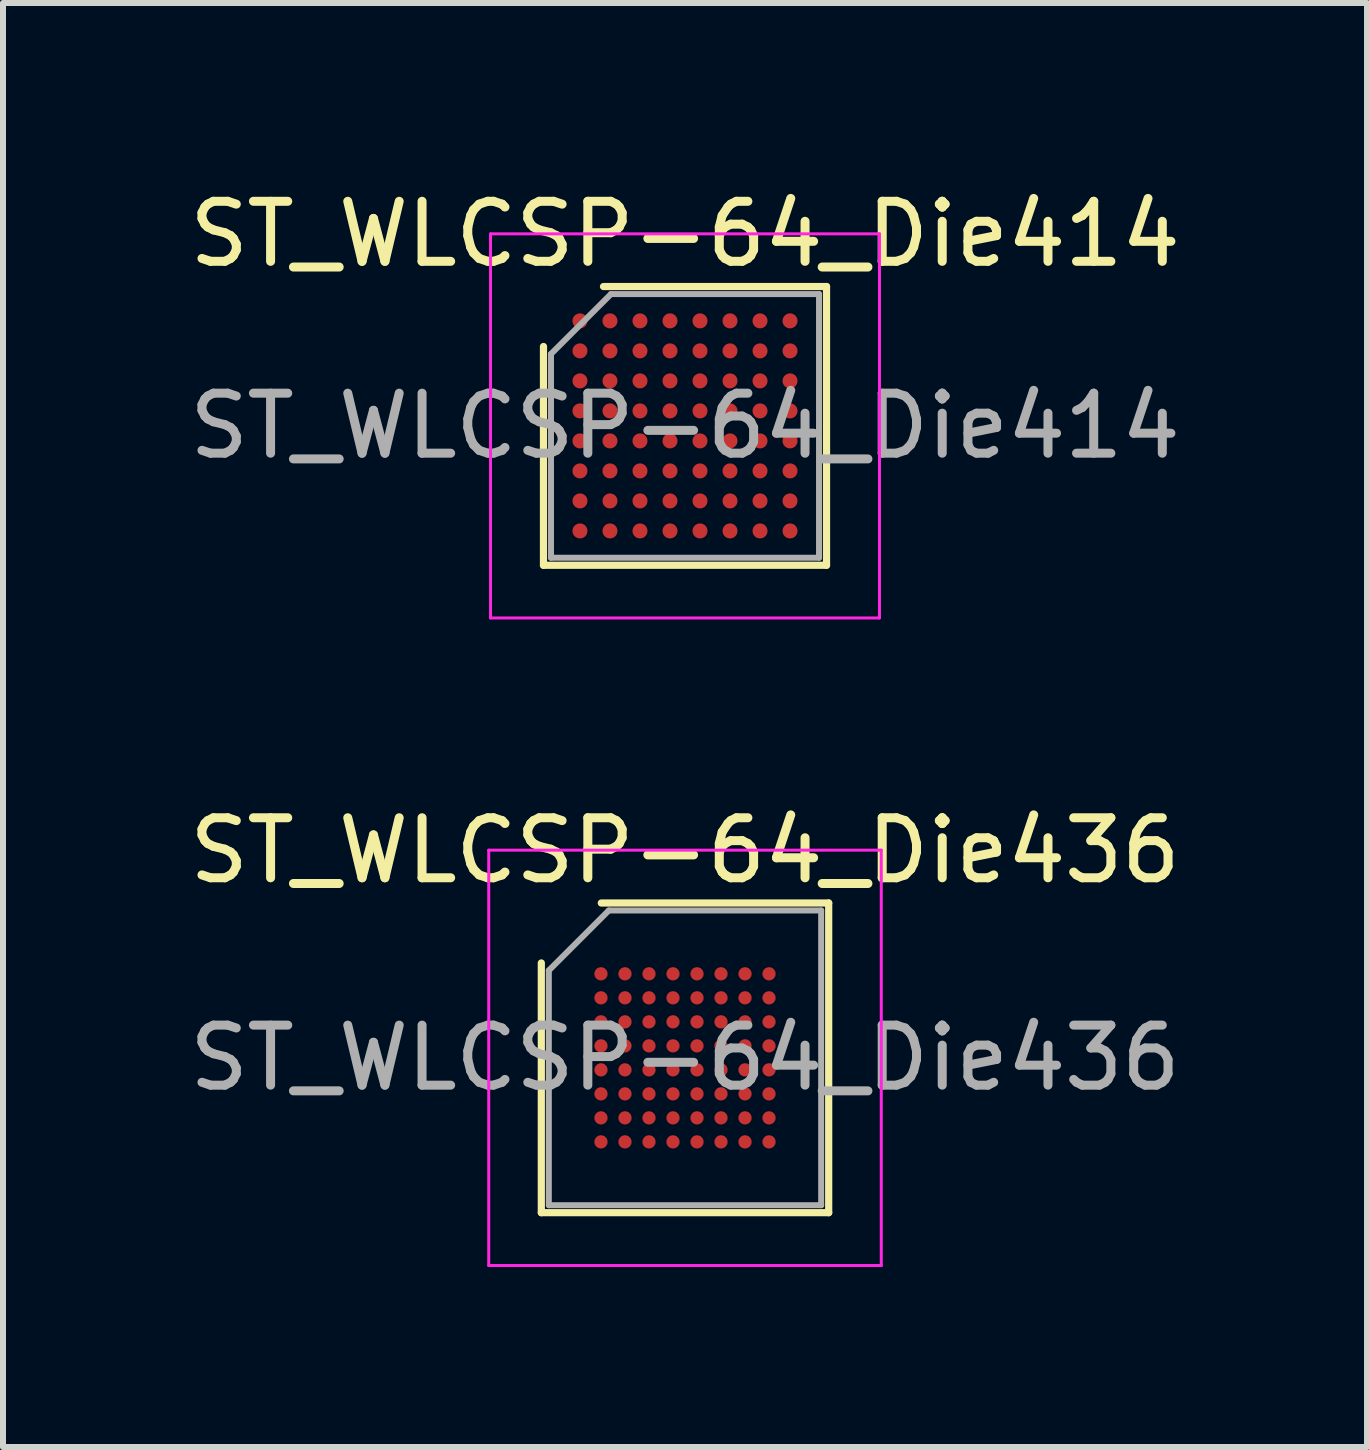
<source format=kicad_pcb>
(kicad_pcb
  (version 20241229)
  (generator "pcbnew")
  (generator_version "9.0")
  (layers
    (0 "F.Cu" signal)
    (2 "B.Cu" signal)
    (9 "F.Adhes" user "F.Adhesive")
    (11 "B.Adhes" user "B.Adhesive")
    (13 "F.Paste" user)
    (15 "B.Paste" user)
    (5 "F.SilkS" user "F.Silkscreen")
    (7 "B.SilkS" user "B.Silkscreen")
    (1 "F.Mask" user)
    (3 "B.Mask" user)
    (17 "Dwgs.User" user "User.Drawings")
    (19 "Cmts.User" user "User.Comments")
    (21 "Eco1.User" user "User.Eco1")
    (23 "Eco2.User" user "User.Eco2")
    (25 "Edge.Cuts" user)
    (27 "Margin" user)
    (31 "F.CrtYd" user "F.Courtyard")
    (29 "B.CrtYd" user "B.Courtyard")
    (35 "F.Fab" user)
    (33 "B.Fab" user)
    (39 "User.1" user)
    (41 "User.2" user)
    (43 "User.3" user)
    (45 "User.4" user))
  (footprint "ST_WLCSP-64_Die414"
    (layer "F.Cu")
    (at 8.363 4.046)
    (property "Reference" "ST_WLCSP-64_Die414" (at 0 -3.197 0) (layer "F.SilkS") (effects (font (size 1 1) (thickness 0.15))))
    (attr smd)
    (fp_line (start -2.358 2.322) (end -2.358 -1.323) (stroke (width 0.12) (type solid)) (layer "F.SilkS"))
    (fp_line (start -1.358 -2.322) (end 2.358 -2.322) (stroke (width 0.12) (type solid)) (layer "F.SilkS"))
    (fp_line (start 2.358 -2.322) (end 2.358 2.322) (stroke (width 0.12) (type solid)) (layer "F.SilkS"))
    (fp_line (start 2.358 2.322) (end -2.358 2.322) (stroke (width 0.12) (type solid)) (layer "F.SilkS"))
    (fp_line (start -3.24 -3.2) (end -3.24 3.2) (stroke (width 0.05) (type solid)) (layer "F.CrtYd"))
    (fp_line (start -3.24 3.2) (end 3.24 3.2) (stroke (width 0.05) (type solid)) (layer "F.CrtYd"))
    (fp_line (start 3.24 -3.2) (end -3.24 -3.2) (stroke (width 0.05) (type solid)) (layer "F.CrtYd"))
    (fp_line (start 3.24 3.2) (end 3.24 -3.2) (stroke (width 0.05) (type solid)) (layer "F.CrtYd"))
    (fp_line (start -2.233 -1.198) (end -1.233 -2.197) (stroke (width 0.1) (type solid)) (layer "F.Fab"))
    (fp_line (start -2.233 2.197) (end -2.233 -1.198) (stroke (width 0.1) (type solid)) (layer "F.Fab"))
    (fp_line (start -1.233 -2.197) (end 2.233 -2.197) (stroke (width 0.1) (type solid)) (layer "F.Fab"))
    (fp_line (start 2.233 -2.197) (end 2.233 2.197) (stroke (width 0.1) (type solid)) (layer "F.Fab"))
    (fp_line (start 2.233 2.197) (end -2.233 2.197) (stroke (width 0.1) (type solid)) (layer "F.Fab"))
    (fp_text user "${REFERENCE}" (at 0 0 0) (layer "F.Fab") (effects (font (size 1 1) (thickness 0.15))))
    (pad "A1" smd circle (at -1.75 -1.75) (size 0.25 0.25) (layers "F.Cu" "F.Mask" "F.Paste"))
    (pad "A2" smd circle (at -1.25 -1.75) (size 0.25 0.25) (layers "F.Cu" "F.Mask" "F.Paste"))
    (pad "A3" smd circle (at -0.75 -1.75) (size 0.25 0.25) (layers "F.Cu" "F.Mask" "F.Paste"))
    (pad "A4" smd circle (at -0.25 -1.75) (size 0.25 0.25) (layers "F.Cu" "F.Mask" "F.Paste"))
    (pad "A5" smd circle (at 0.25 -1.75) (size 0.25 0.25) (layers "F.Cu" "F.Mask" "F.Paste"))
    (pad "A6" smd circle (at 0.75 -1.75) (size 0.25 0.25) (layers "F.Cu" "F.Mask" "F.Paste"))
    (pad "A7" smd circle (at 1.25 -1.75) (size 0.25 0.25) (layers "F.Cu" "F.Mask" "F.Paste"))
    (pad "A8" smd circle (at 1.75 -1.75) (size 0.25 0.25) (layers "F.Cu" "F.Mask" "F.Paste"))
    (pad "B1" smd circle (at -1.75 -1.25) (size 0.25 0.25) (layers "F.Cu" "F.Mask" "F.Paste"))
    (pad "B2" smd circle (at -1.25 -1.25) (size 0.25 0.25) (layers "F.Cu" "F.Mask" "F.Paste"))
    (pad "B3" smd circle (at -0.75 -1.25) (size 0.25 0.25) (layers "F.Cu" "F.Mask" "F.Paste"))
    (pad "B4" smd circle (at -0.25 -1.25) (size 0.25 0.25) (layers "F.Cu" "F.Mask" "F.Paste"))
    (pad "B5" smd circle (at 0.25 -1.25) (size 0.25 0.25) (layers "F.Cu" "F.Mask" "F.Paste"))
    (pad "B6" smd circle (at 0.75 -1.25) (size 0.25 0.25) (layers "F.Cu" "F.Mask" "F.Paste"))
    (pad "B7" smd circle (at 1.25 -1.25) (size 0.25 0.25) (layers "F.Cu" "F.Mask" "F.Paste"))
    (pad "B8" smd circle (at 1.75 -1.25) (size 0.25 0.25) (layers "F.Cu" "F.Mask" "F.Paste"))
    (pad "C1" smd circle (at -1.75 -0.75) (size 0.25 0.25) (layers "F.Cu" "F.Mask" "F.Paste"))
    (pad "C2" smd circle (at -1.25 -0.75) (size 0.25 0.25) (layers "F.Cu" "F.Mask" "F.Paste"))
    (pad "C3" smd circle (at -0.75 -0.75) (size 0.25 0.25) (layers "F.Cu" "F.Mask" "F.Paste"))
    (pad "C4" smd circle (at -0.25 -0.75) (size 0.25 0.25) (layers "F.Cu" "F.Mask" "F.Paste"))
    (pad "C5" smd circle (at 0.25 -0.75) (size 0.25 0.25) (layers "F.Cu" "F.Mask" "F.Paste"))
    (pad "C6" smd circle (at 0.75 -0.75) (size 0.25 0.25) (layers "F.Cu" "F.Mask" "F.Paste"))
    (pad "C7" smd circle (at 1.25 -0.75) (size 0.25 0.25) (layers "F.Cu" "F.Mask" "F.Paste"))
    (pad "C8" smd circle (at 1.75 -0.75) (size 0.25 0.25) (layers "F.Cu" "F.Mask" "F.Paste"))
    (pad "D1" smd circle (at -1.75 -0.25) (size 0.25 0.25) (layers "F.Cu" "F.Mask" "F.Paste"))
    (pad "D2" smd circle (at -1.25 -0.25) (size 0.25 0.25) (layers "F.Cu" "F.Mask" "F.Paste"))
    (pad "D3" smd circle (at -0.75 -0.25) (size 0.25 0.25) (layers "F.Cu" "F.Mask" "F.Paste"))
    (pad "D4" smd circle (at -0.25 -0.25) (size 0.25 0.25) (layers "F.Cu" "F.Mask" "F.Paste"))
    (pad "D5" smd circle (at 0.25 -0.25) (size 0.25 0.25) (layers "F.Cu" "F.Mask" "F.Paste"))
    (pad "D6" smd circle (at 0.75 -0.25) (size 0.25 0.25) (layers "F.Cu" "F.Mask" "F.Paste"))
    (pad "D7" smd circle (at 1.25 -0.25) (size 0.25 0.25) (layers "F.Cu" "F.Mask" "F.Paste"))
    (pad "D8" smd circle (at 1.75 -0.25) (size 0.25 0.25) (layers "F.Cu" "F.Mask" "F.Paste"))
    (pad "E1" smd circle (at -1.75 0.25) (size 0.25 0.25) (layers "F.Cu" "F.Mask" "F.Paste"))
    (pad "E2" smd circle (at -1.25 0.25) (size 0.25 0.25) (layers "F.Cu" "F.Mask" "F.Paste"))
    (pad "E3" smd circle (at -0.75 0.25) (size 0.25 0.25) (layers "F.Cu" "F.Mask" "F.Paste"))
    (pad "E4" smd circle (at -0.25 0.25) (size 0.25 0.25) (layers "F.Cu" "F.Mask" "F.Paste"))
    (pad "E5" smd circle (at 0.25 0.25) (size 0.25 0.25) (layers "F.Cu" "F.Mask" "F.Paste"))
    (pad "E6" smd circle (at 0.75 0.25) (size 0.25 0.25) (layers "F.Cu" "F.Mask" "F.Paste"))
    (pad "E7" smd circle (at 1.25 0.25) (size 0.25 0.25) (layers "F.Cu" "F.Mask" "F.Paste"))
    (pad "E8" smd circle (at 1.75 0.25) (size 0.25 0.25) (layers "F.Cu" "F.Mask" "F.Paste"))
    (pad "F1" smd circle (at -1.75 0.75) (size 0.25 0.25) (layers "F.Cu" "F.Mask" "F.Paste"))
    (pad "F2" smd circle (at -1.25 0.75) (size 0.25 0.25) (layers "F.Cu" "F.Mask" "F.Paste"))
    (pad "F3" smd circle (at -0.75 0.75) (size 0.25 0.25) (layers "F.Cu" "F.Mask" "F.Paste"))
    (pad "F4" smd circle (at -0.25 0.75) (size 0.25 0.25) (layers "F.Cu" "F.Mask" "F.Paste"))
    (pad "F5" smd circle (at 0.25 0.75) (size 0.25 0.25) (layers "F.Cu" "F.Mask" "F.Paste"))
    (pad "F6" smd circle (at 0.75 0.75) (size 0.25 0.25) (layers "F.Cu" "F.Mask" "F.Paste"))
    (pad "F7" smd circle (at 1.25 0.75) (size 0.25 0.25) (layers "F.Cu" "F.Mask" "F.Paste"))
    (pad "F8" smd circle (at 1.75 0.75) (size 0.25 0.25) (layers "F.Cu" "F.Mask" "F.Paste"))
    (pad "G1" smd circle (at -1.75 1.25) (size 0.25 0.25) (layers "F.Cu" "F.Mask" "F.Paste"))
    (pad "G2" smd circle (at -1.25 1.25) (size 0.25 0.25) (layers "F.Cu" "F.Mask" "F.Paste"))
    (pad "G3" smd circle (at -0.75 1.25) (size 0.25 0.25) (layers "F.Cu" "F.Mask" "F.Paste"))
    (pad "G4" smd circle (at -0.25 1.25) (size 0.25 0.25) (layers "F.Cu" "F.Mask" "F.Paste"))
    (pad "G5" smd circle (at 0.25 1.25) (size 0.25 0.25) (layers "F.Cu" "F.Mask" "F.Paste"))
    (pad "G6" smd circle (at 0.75 1.25) (size 0.25 0.25) (layers "F.Cu" "F.Mask" "F.Paste"))
    (pad "G7" smd circle (at 1.25 1.25) (size 0.25 0.25) (layers "F.Cu" "F.Mask" "F.Paste"))
    (pad "G8" smd circle (at 1.75 1.25) (size 0.25 0.25) (layers "F.Cu" "F.Mask" "F.Paste"))
    (pad "H1" smd circle (at -1.75 1.75) (size 0.25 0.25) (layers "F.Cu" "F.Mask" "F.Paste"))
    (pad "H2" smd circle (at -1.25 1.75) (size 0.25 0.25) (layers "F.Cu" "F.Mask" "F.Paste"))
    (pad "H3" smd circle (at -0.75 1.75) (size 0.25 0.25) (layers "F.Cu" "F.Mask" "F.Paste"))
    (pad "H4" smd circle (at -0.25 1.75) (size 0.25 0.25) (layers "F.Cu" "F.Mask" "F.Paste"))
    (pad "H5" smd circle (at 0.25 1.75) (size 0.25 0.25) (layers "F.Cu" "F.Mask" "F.Paste"))
    (pad "H6" smd circle (at 0.75 1.75) (size 0.25 0.25) (layers "F.Cu" "F.Mask" "F.Paste"))
    (pad "H7" smd circle (at 1.25 1.75) (size 0.25 0.25) (layers "F.Cu" "F.Mask" "F.Paste"))
    (pad "H8" smd circle (at 1.75 1.75) (size 0.25 0.25) (layers "F.Cu" "F.Mask" "F.Paste")))
  (footprint "ST_WLCSP-64_Die436"
    (layer "F.Cu")
    (at 8.363 14.575)
    (property "Reference" "ST_WLCSP-64_Die436" (at 0 -3.455 0) (layer "F.SilkS") (effects (font (size 1 1) (thickness 0.15))))
    (attr smd)
    (fp_line (start -2.394 2.58) (end -2.394 -1.581) (stroke (width 0.12) (type solid)) (layer "F.SilkS"))
    (fp_line (start -1.395 -2.58) (end 2.394 -2.58) (stroke (width 0.12) (type solid)) (layer "F.SilkS"))
    (fp_line (start 2.394 -2.58) (end 2.394 2.58) (stroke (width 0.12) (type solid)) (layer "F.SilkS"))
    (fp_line (start 2.394 2.58) (end -2.394 2.58) (stroke (width 0.12) (type solid)) (layer "F.SilkS"))
    (fp_line (start -3.27 -3.46) (end -3.27 3.46) (stroke (width 0.05) (type solid)) (layer "F.CrtYd"))
    (fp_line (start -3.27 3.46) (end 3.27 3.46) (stroke (width 0.05) (type solid)) (layer "F.CrtYd"))
    (fp_line (start 3.27 -3.46) (end -3.27 -3.46) (stroke (width 0.05) (type solid)) (layer "F.CrtYd"))
    (fp_line (start 3.27 3.46) (end 3.27 -3.46) (stroke (width 0.05) (type solid)) (layer "F.CrtYd"))
    (fp_line (start -2.269 -1.456) (end -1.27 -2.455) (stroke (width 0.1) (type solid)) (layer "F.Fab"))
    (fp_line (start -2.269 2.455) (end -2.269 -1.456) (stroke (width 0.1) (type solid)) (layer "F.Fab"))
    (fp_line (start -1.27 -2.455) (end 2.269 -2.455) (stroke (width 0.1) (type solid)) (layer "F.Fab"))
    (fp_line (start 2.269 -2.455) (end 2.269 2.455) (stroke (width 0.1) (type solid)) (layer "F.Fab"))
    (fp_line (start 2.269 2.455) (end -2.269 2.455) (stroke (width 0.1) (type solid)) (layer "F.Fab"))
    (fp_text user "${REFERENCE}" (at 0 0 0) (layer "F.Fab") (effects (font (size 1 1) (thickness 0.15))))
    (pad "A1" smd circle (at -1.4 -1.4) (size 0.22 0.22) (layers "F.Cu" "F.Mask" "F.Paste"))
    (pad "A2" smd circle (at -1 -1.4) (size 0.22 0.22) (layers "F.Cu" "F.Mask" "F.Paste"))
    (pad "A3" smd circle (at -0.6 -1.4) (size 0.22 0.22) (layers "F.Cu" "F.Mask" "F.Paste"))
    (pad "A4" smd circle (at -0.2 -1.4) (size 0.22 0.22) (layers "F.Cu" "F.Mask" "F.Paste"))
    (pad "A5" smd circle (at 0.2 -1.4) (size 0.22 0.22) (layers "F.Cu" "F.Mask" "F.Paste"))
    (pad "A6" smd circle (at 0.6 -1.4) (size 0.22 0.22) (layers "F.Cu" "F.Mask" "F.Paste"))
    (pad "A7" smd circle (at 1 -1.4) (size 0.22 0.22) (layers "F.Cu" "F.Mask" "F.Paste"))
    (pad "A8" smd circle (at 1.4 -1.4) (size 0.22 0.22) (layers "F.Cu" "F.Mask" "F.Paste"))
    (pad "B1" smd circle (at -1.4 -1) (size 0.22 0.22) (layers "F.Cu" "F.Mask" "F.Paste"))
    (pad "B2" smd circle (at -1 -1) (size 0.22 0.22) (layers "F.Cu" "F.Mask" "F.Paste"))
    (pad "B3" smd circle (at -0.6 -1) (size 0.22 0.22) (layers "F.Cu" "F.Mask" "F.Paste"))
    (pad "B4" smd circle (at -0.2 -1) (size 0.22 0.22) (layers "F.Cu" "F.Mask" "F.Paste"))
    (pad "B5" smd circle (at 0.2 -1) (size 0.22 0.22) (layers "F.Cu" "F.Mask" "F.Paste"))
    (pad "B6" smd circle (at 0.6 -1) (size 0.22 0.22) (layers "F.Cu" "F.Mask" "F.Paste"))
    (pad "B7" smd circle (at 1 -1) (size 0.22 0.22) (layers "F.Cu" "F.Mask" "F.Paste"))
    (pad "B8" smd circle (at 1.4 -1) (size 0.22 0.22) (layers "F.Cu" "F.Mask" "F.Paste"))
    (pad "C1" smd circle (at -1.4 -0.6) (size 0.22 0.22) (layers "F.Cu" "F.Mask" "F.Paste"))
    (pad "C2" smd circle (at -1 -0.6) (size 0.22 0.22) (layers "F.Cu" "F.Mask" "F.Paste"))
    (pad "C3" smd circle (at -0.6 -0.6) (size 0.22 0.22) (layers "F.Cu" "F.Mask" "F.Paste"))
    (pad "C4" smd circle (at -0.2 -0.6) (size 0.22 0.22) (layers "F.Cu" "F.Mask" "F.Paste"))
    (pad "C5" smd circle (at 0.2 -0.6) (size 0.22 0.22) (layers "F.Cu" "F.Mask" "F.Paste"))
    (pad "C6" smd circle (at 0.6 -0.6) (size 0.22 0.22) (layers "F.Cu" "F.Mask" "F.Paste"))
    (pad "C7" smd circle (at 1 -0.6) (size 0.22 0.22) (layers "F.Cu" "F.Mask" "F.Paste"))
    (pad "C8" smd circle (at 1.4 -0.6) (size 0.22 0.22) (layers "F.Cu" "F.Mask" "F.Paste"))
    (pad "D1" smd circle (at -1.4 -0.2) (size 0.22 0.22) (layers "F.Cu" "F.Mask" "F.Paste"))
    (pad "D2" smd circle (at -1 -0.2) (size 0.22 0.22) (layers "F.Cu" "F.Mask" "F.Paste"))
    (pad "D3" smd circle (at -0.6 -0.2) (size 0.22 0.22) (layers "F.Cu" "F.Mask" "F.Paste"))
    (pad "D4" smd circle (at -0.2 -0.2) (size 0.22 0.22) (layers "F.Cu" "F.Mask" "F.Paste"))
    (pad "D5" smd circle (at 0.2 -0.2) (size 0.22 0.22) (layers "F.Cu" "F.Mask" "F.Paste"))
    (pad "D6" smd circle (at 0.6 -0.2) (size 0.22 0.22) (layers "F.Cu" "F.Mask" "F.Paste"))
    (pad "D7" smd circle (at 1 -0.2) (size 0.22 0.22) (layers "F.Cu" "F.Mask" "F.Paste"))
    (pad "D8" smd circle (at 1.4 -0.2) (size 0.22 0.22) (layers "F.Cu" "F.Mask" "F.Paste"))
    (pad "E1" smd circle (at -1.4 0.2) (size 0.22 0.22) (layers "F.Cu" "F.Mask" "F.Paste"))
    (pad "E2" smd circle (at -1 0.2) (size 0.22 0.22) (layers "F.Cu" "F.Mask" "F.Paste"))
    (pad "E3" smd circle (at -0.6 0.2) (size 0.22 0.22) (layers "F.Cu" "F.Mask" "F.Paste"))
    (pad "E4" smd circle (at -0.2 0.2) (size 0.22 0.22) (layers "F.Cu" "F.Mask" "F.Paste"))
    (pad "E5" smd circle (at 0.2 0.2) (size 0.22 0.22) (layers "F.Cu" "F.Mask" "F.Paste"))
    (pad "E6" smd circle (at 0.6 0.2) (size 0.22 0.22) (layers "F.Cu" "F.Mask" "F.Paste"))
    (pad "E7" smd circle (at 1 0.2) (size 0.22 0.22) (layers "F.Cu" "F.Mask" "F.Paste"))
    (pad "E8" smd circle (at 1.4 0.2) (size 0.22 0.22) (layers "F.Cu" "F.Mask" "F.Paste"))
    (pad "F1" smd circle (at -1.4 0.6) (size 0.22 0.22) (layers "F.Cu" "F.Mask" "F.Paste"))
    (pad "F2" smd circle (at -1 0.6) (size 0.22 0.22) (layers "F.Cu" "F.Mask" "F.Paste"))
    (pad "F3" smd circle (at -0.6 0.6) (size 0.22 0.22) (layers "F.Cu" "F.Mask" "F.Paste"))
    (pad "F4" smd circle (at -0.2 0.6) (size 0.22 0.22) (layers "F.Cu" "F.Mask" "F.Paste"))
    (pad "F5" smd circle (at 0.2 0.6) (size 0.22 0.22) (layers "F.Cu" "F.Mask" "F.Paste"))
    (pad "F6" smd circle (at 0.6 0.6) (size 0.22 0.22) (layers "F.Cu" "F.Mask" "F.Paste"))
    (pad "F7" smd circle (at 1 0.6) (size 0.22 0.22) (layers "F.Cu" "F.Mask" "F.Paste"))
    (pad "F8" smd circle (at 1.4 0.6) (size 0.22 0.22) (layers "F.Cu" "F.Mask" "F.Paste"))
    (pad "G1" smd circle (at -1.4 1) (size 0.22 0.22) (layers "F.Cu" "F.Mask" "F.Paste"))
    (pad "G2" smd circle (at -1 1) (size 0.22 0.22) (layers "F.Cu" "F.Mask" "F.Paste"))
    (pad "G3" smd circle (at -0.6 1) (size 0.22 0.22) (layers "F.Cu" "F.Mask" "F.Paste"))
    (pad "G4" smd circle (at -0.2 1) (size 0.22 0.22) (layers "F.Cu" "F.Mask" "F.Paste"))
    (pad "G5" smd circle (at 0.2 1) (size 0.22 0.22) (layers "F.Cu" "F.Mask" "F.Paste"))
    (pad "G6" smd circle (at 0.6 1) (size 0.22 0.22) (layers "F.Cu" "F.Mask" "F.Paste"))
    (pad "G7" smd circle (at 1 1) (size 0.22 0.22) (layers "F.Cu" "F.Mask" "F.Paste"))
    (pad "G8" smd circle (at 1.4 1) (size 0.22 0.22) (layers "F.Cu" "F.Mask" "F.Paste"))
    (pad "H1" smd circle (at -1.4 1.4) (size 0.22 0.22) (layers "F.Cu" "F.Mask" "F.Paste"))
    (pad "H2" smd circle (at -1 1.4) (size 0.22 0.22) (layers "F.Cu" "F.Mask" "F.Paste"))
    (pad "H3" smd circle (at -0.6 1.4) (size 0.22 0.22) (layers "F.Cu" "F.Mask" "F.Paste"))
    (pad "H4" smd circle (at -0.2 1.4) (size 0.22 0.22) (layers "F.Cu" "F.Mask" "F.Paste"))
    (pad "H5" smd circle (at 0.2 1.4) (size 0.22 0.22) (layers "F.Cu" "F.Mask" "F.Paste"))
    (pad "H6" smd circle (at 0.6 1.4) (size 0.22 0.22) (layers "F.Cu" "F.Mask" "F.Paste"))
    (pad "H7" smd circle (at 1 1.4) (size 0.22 0.22) (layers "F.Cu" "F.Mask" "F.Paste"))
    (pad "H8" smd circle (at 1.4 1.4) (size 0.22 0.22) (layers "F.Cu" "F.Mask" "F.Paste")))
  (gr_rect
    (start -3 -3)
    (end 19.726 21.059)
    (stroke (width 0.1) (type default))
    (fill no)
    (layer "Edge.Cuts")))
</source>
